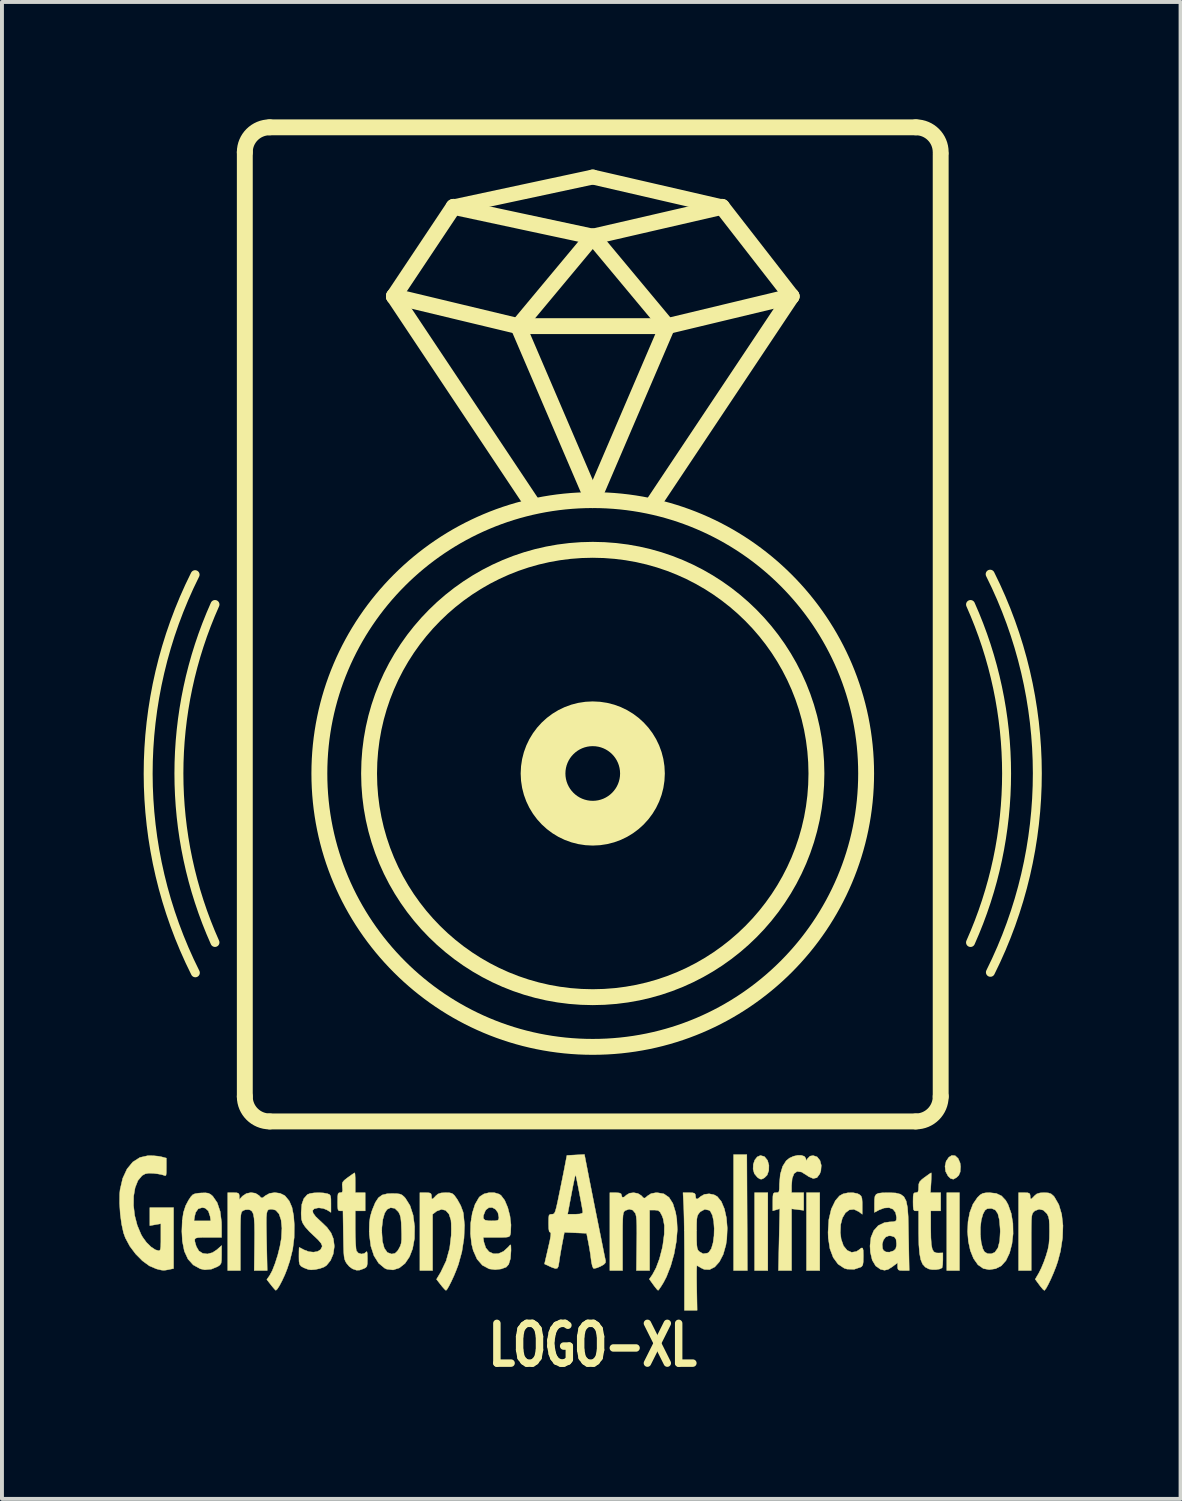
<source format=kicad_pcb>
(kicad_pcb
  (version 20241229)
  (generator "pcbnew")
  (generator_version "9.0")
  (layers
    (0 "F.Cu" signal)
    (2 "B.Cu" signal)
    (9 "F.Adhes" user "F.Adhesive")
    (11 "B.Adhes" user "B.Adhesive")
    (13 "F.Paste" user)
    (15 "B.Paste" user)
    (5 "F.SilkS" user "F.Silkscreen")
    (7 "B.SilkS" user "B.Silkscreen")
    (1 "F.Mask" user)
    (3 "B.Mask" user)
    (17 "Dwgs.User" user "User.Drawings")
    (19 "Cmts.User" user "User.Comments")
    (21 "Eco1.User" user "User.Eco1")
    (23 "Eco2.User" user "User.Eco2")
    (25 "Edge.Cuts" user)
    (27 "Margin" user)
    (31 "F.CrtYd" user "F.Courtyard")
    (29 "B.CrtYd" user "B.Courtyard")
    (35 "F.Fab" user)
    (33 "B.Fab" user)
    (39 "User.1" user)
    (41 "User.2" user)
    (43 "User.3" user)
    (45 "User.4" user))
  (footprint "LOGO-XL"
    (layer "F.Cu")
    (at 12.095 16.713)
    (property "Reference" "LOGO-XL" (at 0 14.605 0) (layer "F.SilkS") (effects (font (size 1.016 0.762) (thickness 0.191))))
    (attr through_hole)
    (fp_line (start -8.89 8.255) (end -8.89 -15.875) (stroke (width 0.406) (type solid)) (layer "F.SilkS"))
    (fp_line (start -8.255 -16.51) (end 8.255 -16.51) (stroke (width 0.406) (type solid)) (layer "F.SilkS"))
    (fp_line (start -5.08 -12.192) (end -1.905 -11.43) (stroke (width 0.406) (type solid)) (layer "F.SilkS"))
    (fp_line (start -5.08 -12.192) (end -1.524 -6.858) (stroke (width 0.406) (type solid)) (layer "F.SilkS"))
    (fp_line (start -3.556 -14.478) (end -5.08 -12.192) (stroke (width 0.406) (type solid)) (layer "F.SilkS"))
    (fp_line (start -3.556 -14.478) (end 0 -15.24) (stroke (width 0.381) (type solid)) (layer "F.SilkS"))
    (fp_line (start -3.556 -14.478) (end 0 -13.716) (stroke (width 0.406) (type solid)) (layer "F.SilkS"))
    (fp_line (start -1.905 -11.43) (end 0 -13.716) (stroke (width 0.406) (type solid)) (layer "F.SilkS"))
    (fp_line (start -1.905 -11.43) (end 1.905 -11.43) (stroke (width 0.406) (type solid)) (layer "F.SilkS"))
    (fp_line (start 0 -15.24) (end 3.302 -14.478) (stroke (width 0.381) (type solid)) (layer "F.SilkS"))
    (fp_line (start 0 -13.716) (end 1.905 -11.43) (stroke (width 0.406) (type solid)) (layer "F.SilkS"))
    (fp_line (start 0 -6.985) (end -1.905 -11.43) (stroke (width 0.406) (type solid)) (layer "F.SilkS"))
    (fp_line (start 1.905 -11.43) (end 0 -6.985) (stroke (width 0.406) (type solid)) (layer "F.SilkS"))
    (fp_line (start 1.905 -11.43) (end 5.08 -12.192) (stroke (width 0.406) (type solid)) (layer "F.SilkS"))
    (fp_line (start 3.302 -14.478) (end 0 -13.716) (stroke (width 0.406) (type solid)) (layer "F.SilkS"))
    (fp_line (start 3.302 -14.478) (end 5.08 -12.192) (stroke (width 0.406) (type solid)) (layer "F.SilkS"))
    (fp_line (start 5.08 -12.192) (end 1.524 -6.858) (stroke (width 0.406) (type solid)) (layer "F.SilkS"))
    (fp_line (start 8.255 8.89) (end -8.255 8.89) (stroke (width 0.406) (type solid)) (layer "F.SilkS"))
    (fp_line (start 8.89 -15.81) (end 8.89 8.255) (stroke (width 0.406) (type solid)) (layer "F.SilkS"))
    (fp_arc (start -10.153795 5.092391) (mid -11.359223 0.006929) (end -10.16 -5.08) (stroke (width 0.2286) (type solid)) (layer "F.SilkS"))
    (fp_arc (start -9.652337 4.317247) (mid -10.573847 -0.000412) (end -9.652 -4.318) (stroke (width 0.2286) (type solid)) (layer "F.SilkS"))
    (fp_arc (start -8.89 -15.875) (mid -8.704013 -16.324013) (end -8.255 -16.51) (stroke (width 0.4064) (type solid)) (layer "F.SilkS"))
    (fp_arc (start -8.255 8.89) (mid -8.704013 8.704013) (end -8.89 8.255) (stroke (width 0.4064) (type solid)) (layer "F.SilkS"))
    (fp_arc (start 8.255 -16.51) (mid 8.704013 -16.324013) (end 8.89 -15.875) (stroke (width 0.4064) (type solid)) (layer "F.SilkS"))
    (fp_arc (start 8.89 8.255) (mid 8.704013 8.704013) (end 8.255 8.89) (stroke (width 0.4064) (type solid)) (layer "F.SilkS"))
    (fp_arc (start 9.652337 -4.317247) (mid 10.573847 0.000412) (end 9.652 4.318) (stroke (width 0.2286) (type solid)) (layer "F.SilkS"))
    (fp_arc (start 10.153795 -5.092391) (mid 11.359223 -0.006929) (end 10.16 5.08) (stroke (width 0.2286) (type solid)) (layer "F.SilkS"))
    (fp_circle (center 0 0) (end 1.27 0) (stroke (width 1.143) (type solid)) (fill no) (layer "F.SilkS"))
    (fp_circle (center 0 0) (end 5.715 0) (stroke (width 0.406) (type solid)) (fill no) (layer "F.SilkS"))
    (fp_circle (center 0 0) (end 6.985 0) (stroke (width 0.406) (type solid)) (fill no) (layer "F.SilkS"))
    (fp_poly (pts (xy 4.473 12.7) (xy 4.135 12.7) (xy 4.135 10.71) (xy 4.473 10.71) (xy 4.473 12.7)) (stroke (width 0.01) (type solid)) (fill yes) (layer "F.SilkS"))
    (fp_poly (pts (xy 5.8 12.7) (xy 5.461 12.7) (xy 5.461 10.71) (xy 5.8 10.71) (xy 5.8 12.7)) (stroke (width 0.01) (type solid)) (fill yes) (layer "F.SilkS"))
    (fp_poly (pts (xy 9.37 12.7) (xy 9.045 12.7) (xy 9.045 10.71) (xy 9.37 10.71) (xy 9.37 12.7)) (stroke (width 0.01) (type solid)) (fill yes) (layer "F.SilkS"))
    (fp_poly (pts (xy 3.768 9.737) (xy 3.937 9.737) (xy 3.944 11.219) (xy 3.951 12.7) (xy 3.775 12.7) (xy 3.598 12.7) (xy 3.598 11.218) (xy 3.598 9.737) (xy 3.768 9.737)) (stroke (width 0.01) (type solid)) (fill yes) (layer "F.SilkS"))
    (fp_poly (pts (xy 9.259 9.765) (xy 9.336 9.836) (xy 9.386 9.951) (xy 9.398 10.047) (xy 9.388 10.181) (xy 9.351 10.268) (xy 9.294 10.323) (xy 9.213 10.367) (xy 9.142 10.347) (xy 9.077 10.284) (xy 9.015 10.166) (xy 9 10.034) (xy 9.029 9.907) (xy 9.099 9.805) (xy 9.173 9.759) (xy 9.259 9.765)) (stroke (width 0.01) (type solid)) (fill yes) (layer "F.SilkS"))
    (fp_poly (pts (xy 4.38 9.786) (xy 4.392 9.794) (xy 4.466 9.885) (xy 4.501 10.01) (xy 4.498 10.143) (xy 4.457 10.259) (xy 4.387 10.33) (xy 4.321 10.364) (xy 4.275 10.363) (xy 4.217 10.326) (xy 4.206 10.317) (xy 4.129 10.224) (xy 4.097 10.109) (xy 4.102 9.987) (xy 4.139 9.877) (xy 4.202 9.796) (xy 4.284 9.76) (xy 4.38 9.786)) (stroke (width 0.01) (type solid)) (fill yes) (layer "F.SilkS"))
    (fp_poly (pts (xy 6.764 10.734) (xy 6.814 10.759) (xy 6.857 10.798) (xy 6.878 10.856) (xy 6.886 10.959) (xy 6.886 11.036) (xy 6.886 11.263) (xy 6.803 11.198) (xy 6.674 11.136) (xy 6.556 11.149) (xy 6.456 11.225) (xy 6.379 11.355) (xy 6.334 11.528) (xy 6.326 11.735) (xy 6.347 11.898) (xy 6.407 12.07) (xy 6.501 12.184) (xy 6.615 12.235) (xy 6.738 12.213) (xy 6.802 12.171) (xy 6.862 12.124) (xy 6.896 12.125) (xy 6.911 12.184) (xy 6.914 12.315) (xy 6.914 12.341) (xy 6.911 12.479) (xy 6.899 12.557) (xy 6.871 12.598) (xy 6.851 12.611) (xy 6.679 12.669) (xy 6.498 12.663) (xy 6.426 12.641) (xy 6.267 12.535) (xy 6.144 12.367) (xy 6.06 12.143) (xy 6.017 11.867) (xy 6.012 11.722) (xy 6.032 11.398) (xy 6.095 11.128) (xy 6.199 10.914) (xy 6.304 10.792) (xy 6.395 10.741) (xy 6.517 10.714) (xy 6.648 10.711) (xy 6.764 10.734)) (stroke (width 0.01) (type solid)) (fill yes) (layer "F.SilkS"))
    (fp_poly (pts (xy -4.181 10.714) (xy -4.137 10.732) (xy -4.122 10.77) (xy -4.12 10.795) (xy -4.115 10.862) (xy -4.09 10.871) (xy -4.038 10.821) (xy -4.015 10.795) (xy -3.955 10.744) (xy -3.874 10.717) (xy -3.76 10.71) (xy -3.659 10.713) (xy -3.592 10.731) (xy -3.538 10.776) (xy -3.476 10.862) (xy -3.457 10.89) (xy -3.373 11.042) (xy -3.316 11.195) (xy -3.305 11.24) (xy -3.276 11.541) (xy -3.29 11.874) (xy -3.344 12.221) (xy -3.432 12.542) (xy -3.483 12.679) (xy -3.545 12.83) (xy -3.612 12.975) (xy -3.674 13.098) (xy -3.724 13.182) (xy -3.75 13.208) (xy -3.782 13.182) (xy -3.841 13.117) (xy -3.882 13.065) (xy -3.992 12.923) (xy -3.884 12.742) (xy -3.746 12.454) (xy -3.656 12.129) (xy -3.617 11.801) (xy -3.614 11.637) (xy -3.617 11.493) (xy -3.624 11.408) (xy -3.674 11.256) (xy -3.758 11.163) (xy -3.864 11.137) (xy -3.985 11.181) (xy -4.009 11.198) (xy -4.092 11.263) (xy -4.092 12.7) (xy -4.417 12.7) (xy -4.417 10.71) (xy -4.269 10.71) (xy -4.181 10.714)) (stroke (width 0.01) (type solid)) (fill yes) (layer "F.SilkS"))
    (fp_poly (pts (xy 5.332 9.757) (xy 5.406 9.782) (xy 5.444 9.834) (xy 5.447 9.855) (xy 5.453 9.894) (xy 5.475 9.863) (xy 5.486 9.842) (xy 5.551 9.777) (xy 5.631 9.762) (xy 5.733 9.796) (xy 5.805 9.886) (xy 5.839 10.011) (xy 5.828 10.153) (xy 5.8 10.23) (xy 5.728 10.327) (xy 5.633 10.349) (xy 5.514 10.298) (xy 5.473 10.268) (xy 5.333 10.182) (xy 5.222 10.167) (xy 5.143 10.222) (xy 5.095 10.347) (xy 5.08 10.529) (xy 5.08 10.71) (xy 5.39 10.71) (xy 5.39 11.162) (xy 5.235 11.142) (xy 5.08 11.123) (xy 5.08 12.7) (xy 4.744 12.7) (xy 4.761 11.91) (xy 4.779 11.12) (xy 4.689 11.147) (xy 4.6 11.174) (xy 4.6 10.942) (xy 4.602 10.809) (xy 4.611 10.74) (xy 4.636 10.714) (xy 4.684 10.71) (xy 4.685 10.71) (xy 4.734 10.706) (xy 4.759 10.679) (xy 4.768 10.608) (xy 4.77 10.488) (xy 4.791 10.243) (xy 4.852 10.037) (xy 4.941 9.896) (xy 5.026 9.827) (xy 5.129 9.78) (xy 5.235 9.756) (xy 5.332 9.757)) (stroke (width 0.01) (type solid)) (fill yes) (layer "F.SilkS"))
    (fp_poly (pts (xy 8.651 10.241) (xy 8.649 10.34) (xy 8.644 10.456) (xy 8.628 10.71) (xy 8.89 10.71) (xy 8.89 11.176) (xy 8.636 11.176) (xy 8.636 11.61) (xy 8.64 11.86) (xy 8.652 12.037) (xy 8.675 12.153) (xy 8.714 12.22) (xy 8.772 12.248) (xy 8.828 12.252) (xy 8.946 12.248) (xy 8.946 12.429) (xy 8.941 12.546) (xy 8.929 12.621) (xy 8.923 12.632) (xy 8.862 12.661) (xy 8.77 12.676) (xy 8.67 12.676) (xy 8.586 12.66) (xy 8.585 12.66) (xy 8.496 12.612) (xy 8.428 12.537) (xy 8.381 12.425) (xy 8.35 12.263) (xy 8.332 12.042) (xy 8.326 11.751) (xy 8.326 11.673) (xy 8.326 11.176) (xy 8.255 11.176) (xy 8.215 11.17) (xy 8.194 11.138) (xy 8.186 11.059) (xy 8.184 10.943) (xy 8.186 10.81) (xy 8.196 10.74) (xy 8.22 10.714) (xy 8.255 10.71) (xy 8.304 10.698) (xy 8.323 10.645) (xy 8.326 10.571) (xy 8.33 10.49) (xy 8.353 10.431) (xy 8.405 10.376) (xy 8.481 10.317) (xy 8.565 10.257) (xy 8.625 10.215) (xy 8.648 10.202) (xy 8.651 10.241)) (stroke (width 0.01) (type solid)) (fill yes) (layer "F.SilkS"))
    (fp_poly (pts (xy 10.312 10.73) (xy 10.445 10.793) (xy 10.552 10.908) (xy 10.613 11.017) (xy 10.693 11.243) (xy 10.735 11.496) (xy 10.74 11.76) (xy 10.711 12.018) (xy 10.65 12.252) (xy 10.558 12.445) (xy 10.439 12.579) (xy 10.293 12.653) (xy 10.13 12.677) (xy 9.98 12.649) (xy 9.841 12.552) (xy 9.73 12.394) (xy 9.648 12.191) (xy 9.597 11.957) (xy 9.576 11.706) (xy 9.582 11.597) (xy 9.905 11.597) (xy 9.905 11.8) (xy 9.926 11.991) (xy 9.967 12.145) (xy 10.011 12.224) (xy 10.088 12.268) (xy 10.184 12.272) (xy 10.273 12.234) (xy 10.274 12.233) (xy 10.352 12.123) (xy 10.398 11.945) (xy 10.411 11.702) (xy 10.409 11.637) (xy 10.39 11.406) (xy 10.351 11.249) (xy 10.288 11.154) (xy 10.196 11.115) (xy 10.158 11.113) (xy 10.075 11.121) (xy 10.022 11.161) (xy 9.973 11.252) (xy 9.971 11.256) (xy 9.927 11.408) (xy 9.905 11.597) (xy 9.582 11.597) (xy 9.588 11.453) (xy 9.634 11.213) (xy 9.715 11.001) (xy 9.829 10.834) (xy 9.899 10.766) (xy 9.965 10.728) (xy 10.049 10.713) (xy 10.139 10.71) (xy 10.312 10.73)) (stroke (width 0.01) (type solid)) (fill yes) (layer "F.SilkS"))
    (fp_poly (pts (xy -9.822 10.724) (xy -9.762 10.755) (xy -9.708 10.802) (xy -9.595 10.966) (xy -9.52 11.188) (xy -9.485 11.463) (xy -9.483 11.566) (xy -9.483 11.853) (xy -9.835 11.853) (xy -9.985 11.854) (xy -10.086 11.858) (xy -10.145 11.873) (xy -10.169 11.905) (xy -10.166 11.959) (xy -10.143 12.041) (xy -10.126 12.092) (xy -10.063 12.199) (xy -9.965 12.261) (xy -9.845 12.276) (xy -9.716 12.242) (xy -9.605 12.169) (xy -9.483 12.061) (xy -9.483 12.298) (xy -9.485 12.434) (xy -9.496 12.512) (xy -9.526 12.558) (xy -9.582 12.597) (xy -9.742 12.664) (xy -9.913 12.68) (xy -10.027 12.656) (xy -10.207 12.557) (xy -10.342 12.407) (xy -10.435 12.205) (xy -10.486 11.947) (xy -10.499 11.696) (xy -10.489 11.43) (xy -10.189 11.43) (xy -9.759 11.43) (xy -9.777 11.314) (xy -9.822 11.177) (xy -9.903 11.105) (xy -9.977 11.091) (xy -10.08 11.122) (xy -10.146 11.215) (xy -10.171 11.314) (xy -10.189 11.43) (xy -10.489 11.43) (xy -10.489 11.427) (xy -10.458 11.216) (xy -10.401 11.041) (xy -10.33 10.907) (xy -10.271 10.817) (xy -10.222 10.764) (xy -10.163 10.737) (xy -10.077 10.723) (xy -10.014 10.718) (xy -9.9 10.714) (xy -9.822 10.724)) (stroke (width 0.01) (type solid)) (fill yes) (layer "F.SilkS"))
    (fp_poly (pts (xy -6.074 10.241) (xy -6.069 10.341) (xy -6.068 10.456) (xy -6.068 10.71) (xy -5.814 10.71) (xy -5.814 11.176) (xy -6.068 11.176) (xy -6.068 11.644) (xy -6.065 11.843) (xy -6.058 12.016) (xy -6.048 12.142) (xy -6.039 12.195) (xy -5.99 12.253) (xy -5.914 12.277) (xy -5.837 12.264) (xy -5.791 12.226) (xy -5.771 12.214) (xy -5.761 12.262) (xy -5.757 12.382) (xy -5.757 12.393) (xy -5.759 12.522) (xy -5.772 12.592) (xy -5.806 12.629) (xy -5.863 12.655) (xy -5.959 12.689) (xy -6.036 12.691) (xy -6.125 12.661) (xy -6.14 12.655) (xy -6.221 12.596) (xy -6.295 12.508) (xy -6.295 12.507) (xy -6.322 12.459) (xy -6.341 12.407) (xy -6.354 12.335) (xy -6.363 12.227) (xy -6.368 12.068) (xy -6.372 11.843) (xy -6.373 11.787) (xy -6.382 11.176) (xy -6.451 11.176) (xy -6.49 11.17) (xy -6.511 11.136) (xy -6.518 11.056) (xy -6.519 10.943) (xy -6.517 10.81) (xy -6.508 10.74) (xy -6.484 10.714) (xy -6.451 10.71) (xy -6.405 10.701) (xy -6.391 10.656) (xy -6.397 10.573) (xy -6.402 10.495) (xy -6.389 10.441) (xy -6.347 10.392) (xy -6.267 10.329) (xy -6.253 10.319) (xy -6.168 10.258) (xy -6.106 10.216) (xy -6.081 10.202) (xy -6.074 10.241)) (stroke (width 0.01) (type solid)) (fill yes) (layer "F.SilkS"))
    (fp_poly (pts (xy -5.013 10.734) (xy -4.931 10.745) (xy -4.872 10.77) (xy -4.819 10.816) (xy -4.788 10.85) (xy -4.67 11.038) (xy -4.59 11.283) (xy -4.551 11.575) (xy -4.551 11.577) (xy -4.555 11.881) (xy -4.603 12.144) (xy -4.682 12.348) (xy -4.797 12.518) (xy -4.942 12.633) (xy -5.102 12.684) (xy -5.264 12.664) (xy -5.316 12.64) (xy -5.471 12.512) (xy -5.59 12.322) (xy -5.67 12.077) (xy -5.708 11.784) (xy -5.71 11.707) (xy -5.39 11.707) (xy -5.374 11.951) (xy -5.326 12.128) (xy -5.248 12.238) (xy -5.139 12.277) (xy -5.135 12.277) (xy -5.051 12.26) (xy -4.987 12.197) (xy -4.953 12.142) (xy -4.915 12.069) (xy -4.894 11.999) (xy -4.884 11.907) (xy -4.884 11.77) (xy -4.887 11.658) (xy -4.894 11.476) (xy -4.906 11.356) (xy -4.928 11.274) (xy -4.962 11.206) (xy -4.965 11.201) (xy -5.057 11.111) (xy -5.165 11.094) (xy -5.254 11.137) (xy -5.317 11.232) (xy -5.363 11.392) (xy -5.388 11.6) (xy -5.39 11.707) (xy -5.71 11.707) (xy -5.711 11.66) (xy -5.706 11.472) (xy -5.687 11.329) (xy -5.648 11.192) (xy -5.632 11.146) (xy -5.556 10.962) (xy -5.476 10.84) (xy -5.379 10.769) (xy -5.252 10.737) (xy -5.134 10.732) (xy -5.013 10.734)) (stroke (width 0.01) (type solid)) (fill yes) (layer "F.SilkS"))
    (fp_poly (pts (xy 11.115 10.714) (xy 11.16 10.732) (xy 11.175 10.77) (xy 11.176 10.795) (xy 11.182 10.862) (xy 11.206 10.871) (xy 11.258 10.821) (xy 11.281 10.795) (xy 11.344 10.742) (xy 11.429 10.716) (xy 11.53 10.71) (xy 11.638 10.716) (xy 11.71 10.74) (xy 11.769 10.79) (xy 11.796 10.821) (xy 11.909 11.018) (xy 11.982 11.265) (xy 12.014 11.551) (xy 12.003 11.867) (xy 11.951 12.204) (xy 11.882 12.467) (xy 11.834 12.607) (xy 11.772 12.763) (xy 11.704 12.919) (xy 11.638 13.055) (xy 11.582 13.157) (xy 11.543 13.206) (xy 11.538 13.208) (xy 11.505 13.182) (xy 11.447 13.114) (xy 11.41 13.065) (xy 11.305 12.922) (xy 11.4 12.76) (xy 11.462 12.635) (xy 11.53 12.47) (xy 11.582 12.321) (xy 11.629 12.161) (xy 11.655 12.025) (xy 11.667 11.876) (xy 11.67 11.698) (xy 11.668 11.521) (xy 11.66 11.404) (xy 11.643 11.325) (xy 11.613 11.261) (xy 11.601 11.243) (xy 11.512 11.157) (xy 11.404 11.133) (xy 11.297 11.173) (xy 11.267 11.2) (xy 11.244 11.227) (xy 11.228 11.263) (xy 11.216 11.32) (xy 11.209 11.411) (xy 11.206 11.55) (xy 11.204 11.749) (xy 11.204 11.983) (xy 11.204 12.7) (xy 10.88 12.7) (xy 10.88 10.71) (xy 11.028 10.71) (xy 11.115 10.714)) (stroke (width 0.01) (type solid)) (fill yes) (layer "F.SilkS"))
    (fp_poly (pts (xy -11.231 9.766) (xy -11.106 9.778) (xy -11.028 9.792) (xy -10.894 9.827) (xy -10.894 10.062) (xy -10.895 10.195) (xy -10.903 10.261) (xy -10.924 10.278) (xy -10.957 10.266) (xy -11.017 10.248) (xy -11.113 10.23) (xy -11.218 10.217) (xy -11.344 10.212) (xy -11.435 10.229) (xy -11.51 10.271) (xy -11.515 10.274) (xy -11.621 10.401) (xy -11.692 10.58) (xy -11.73 10.798) (xy -11.733 11.041) (xy -11.703 11.295) (xy -11.638 11.545) (xy -11.54 11.778) (xy -11.502 11.845) (xy -11.404 11.98) (xy -11.29 12.093) (xy -11.178 12.168) (xy -11.097 12.192) (xy -11.066 12.187) (xy -11.048 12.159) (xy -11.039 12.092) (xy -11.035 11.969) (xy -11.035 11.847) (xy -11.035 11.503) (xy -11.176 11.528) (xy -11.317 11.553) (xy -11.317 11.091) (xy -10.71 11.091) (xy -10.71 12.649) (xy -10.834 12.675) (xy -10.91 12.689) (xy -10.965 12.694) (xy -11.021 12.688) (xy -11.101 12.67) (xy -11.15 12.657) (xy -11.327 12.582) (xy -11.507 12.451) (xy -11.678 12.278) (xy -11.827 12.08) (xy -11.941 11.868) (xy -11.989 11.737) (xy -12.038 11.513) (xy -12.073 11.251) (xy -12.09 10.984) (xy -12.088 10.743) (xy -12.077 10.632) (xy -12.01 10.343) (xy -11.9 10.106) (xy -11.752 9.926) (xy -11.571 9.811) (xy -11.363 9.764) (xy -11.355 9.764) (xy -11.231 9.766)) (stroke (width 0.01) (type solid)) (fill yes) (layer "F.SilkS"))
    (fp_poly (pts (xy -2.512 10.711) (xy -2.392 10.747) (xy -2.344 10.78) (xy -2.249 10.906) (xy -2.171 11.091) (xy -2.115 11.308) (xy -2.089 11.532) (xy -2.098 11.738) (xy -2.1 11.747) (xy -2.109 11.792) (xy -2.125 11.822) (xy -2.158 11.84) (xy -2.217 11.849) (xy -2.313 11.853) (xy -2.456 11.853) (xy -2.8 11.853) (xy -2.782 11.97) (xy -2.733 12.12) (xy -2.648 12.221) (xy -2.537 12.271) (xy -2.411 12.268) (xy -2.281 12.211) (xy -2.157 12.098) (xy -2.138 12.075) (xy -2.107 12.041) (xy -2.092 12.058) (xy -2.089 12.142) (xy -2.088 12.183) (xy -2.103 12.395) (xy -2.148 12.542) (xy -2.21 12.612) (xy -2.341 12.66) (xy -2.493 12.677) (xy -2.638 12.659) (xy -2.649 12.656) (xy -2.82 12.565) (xy -2.956 12.408) (xy -3.054 12.188) (xy -3.095 12.026) (xy -3.125 11.759) (xy -3.119 11.488) (xy -3.1 11.369) (xy -2.795 11.369) (xy -2.753 11.411) (xy -2.661 11.428) (xy -2.596 11.43) (xy -2.493 11.428) (xy -2.434 11.418) (xy -2.406 11.395) (xy -2.399 11.353) (xy -2.399 11.338) (xy -2.423 11.22) (xy -2.484 11.135) (xy -2.567 11.09) (xy -2.654 11.092) (xy -2.728 11.148) (xy -2.75 11.185) (xy -2.793 11.296) (xy -2.795 11.369) (xy -3.1 11.369) (xy -3.078 11.231) (xy -3.007 11.008) (xy -2.909 10.838) (xy -2.88 10.806) (xy -2.779 10.742) (xy -2.649 10.71) (xy -2.512 10.711)) (stroke (width 0.01) (type solid)) (fill yes) (layer "F.SilkS"))
    (fp_poly (pts (xy -6.882 10.717) (xy -6.78 10.736) (xy -6.777 10.737) (xy -6.726 10.757) (xy -6.7 10.794) (xy -6.69 10.871) (xy -6.689 10.989) (xy -6.689 11.214) (xy -6.79 11.151) (xy -6.885 11.113) (xy -6.995 11.098) (xy -7.023 11.1) (xy -7.117 11.122) (xy -7.157 11.166) (xy -7.145 11.232) (xy -7.079 11.322) (xy -6.959 11.436) (xy -6.943 11.45) (xy -6.79 11.597) (xy -6.687 11.738) (xy -6.627 11.888) (xy -6.605 12.056) (xy -6.604 12.091) (xy -6.63 12.275) (xy -6.7 12.442) (xy -6.802 12.568) (xy -6.866 12.61) (xy -6.971 12.648) (xy -7.088 12.673) (xy -7.196 12.682) (xy -7.267 12.673) (xy -7.382 12.629) (xy -7.453 12.589) (xy -7.49 12.54) (xy -7.505 12.464) (xy -7.507 12.349) (xy -7.507 12.337) (xy -7.506 12.21) (xy -7.503 12.127) (xy -7.5 12.108) (xy -7.472 12.121) (xy -7.409 12.154) (xy -7.38 12.17) (xy -7.257 12.217) (xy -7.137 12.23) (xy -7.033 12.213) (xy -6.955 12.166) (xy -6.917 12.094) (xy -6.914 12.069) (xy -6.94 12.006) (xy -7.015 11.916) (xy -7.136 11.802) (xy -7.147 11.792) (xy -7.243 11.7) (xy -7.333 11.6) (xy -7.366 11.557) (xy -7.417 11.474) (xy -7.442 11.388) (xy -7.45 11.264) (xy -7.45 11.212) (xy -7.434 11.009) (xy -7.384 10.864) (xy -7.294 10.761) (xy -7.29 10.758) (xy -7.226 10.732) (xy -7.123 10.716) (xy -7.003 10.711) (xy -6.882 10.717)) (stroke (width 0.01) (type solid)) (fill yes) (layer "F.SilkS"))
    (fp_poly (pts (xy 7.738 10.718) (xy 7.862 10.749) (xy 7.95 10.814) (xy 8.008 10.923) (xy 8.042 11.088) (xy 8.059 11.319) (xy 8.064 11.515) (xy 8.068 11.756) (xy 8.073 12.009) (xy 8.077 12.239) (xy 8.079 12.351) (xy 8.086 12.7) (xy 7.938 12.7) (xy 7.851 12.697) (xy 7.807 12.681) (xy 7.791 12.642) (xy 7.789 12.6) (xy 7.789 12.5) (xy 7.658 12.6) (xy 7.547 12.671) (xy 7.455 12.692) (xy 7.355 12.67) (xy 7.353 12.669) (xy 7.229 12.582) (xy 7.141 12.434) (xy 7.093 12.23) (xy 7.084 12.07) (xy 7.089 12.028) (xy 7.396 12.028) (xy 7.405 12.135) (xy 7.428 12.184) (xy 7.49 12.225) (xy 7.582 12.23) (xy 7.682 12.197) (xy 7.689 12.193) (xy 7.74 12.145) (xy 7.76 12.061) (xy 7.761 12.007) (xy 7.749 11.902) (xy 7.706 11.841) (xy 7.623 11.815) (xy 7.566 11.812) (xy 7.485 11.843) (xy 7.425 11.923) (xy 7.396 12.028) (xy 7.089 12.028) (xy 7.108 11.853) (xy 7.18 11.679) (xy 7.294 11.552) (xy 7.448 11.477) (xy 7.583 11.457) (xy 7.68 11.452) (xy 7.733 11.439) (xy 7.756 11.41) (xy 7.761 11.356) (xy 7.761 11.341) (xy 7.737 11.216) (xy 7.671 11.132) (xy 7.57 11.093) (xy 7.442 11.103) (xy 7.313 11.153) (xy 7.197 11.215) (xy 7.197 10.989) (xy 7.199 10.876) (xy 7.211 10.8) (xy 7.243 10.751) (xy 7.303 10.725) (xy 7.399 10.714) (xy 7.542 10.711) (xy 7.569 10.711) (xy 7.738 10.718)) (stroke (width 0.01) (type solid)) (fill yes) (layer "F.SilkS"))
    (fp_poly (pts (xy 2.556 10.714) (xy 2.604 10.729) (xy 2.623 10.763) (xy 2.625 10.795) (xy 2.637 10.864) (xy 2.677 10.871) (xy 2.75 10.814) (xy 2.756 10.808) (xy 2.851 10.754) (xy 2.973 10.739) (xy 3.097 10.763) (xy 3.181 10.809) (xy 3.285 10.936) (xy 3.364 11.124) (xy 3.416 11.356) (xy 3.437 11.617) (xy 3.425 11.889) (xy 3.402 12.046) (xy 3.334 12.286) (xy 3.236 12.476) (xy 3.118 12.608) (xy 2.986 12.676) (xy 2.848 12.671) (xy 2.78 12.639) (xy 2.71 12.598) (xy 2.666 12.575) (xy 2.661 12.573) (xy 2.657 12.613) (xy 2.654 12.722) (xy 2.654 12.884) (xy 2.656 13.086) (xy 2.657 13.145) (xy 2.667 13.716) (xy 2.505 13.716) (xy 2.342 13.716) (xy 2.342 12.562) (xy 2.342 12.236) (xy 2.34 11.919) (xy 2.338 11.727) (xy 2.653 11.727) (xy 2.654 11.921) (xy 2.659 12.048) (xy 2.669 12.127) (xy 2.688 12.176) (xy 2.716 12.211) (xy 2.819 12.271) (xy 2.93 12.255) (xy 2.968 12.231) (xy 3.03 12.14) (xy 3.073 11.994) (xy 3.098 11.816) (xy 3.103 11.625) (xy 3.09 11.442) (xy 3.057 11.288) (xy 3.004 11.184) (xy 2.976 11.16) (xy 2.862 11.136) (xy 2.752 11.195) (xy 2.727 11.221) (xy 2.693 11.266) (xy 2.671 11.316) (xy 2.659 11.389) (xy 2.654 11.505) (xy 2.653 11.684) (xy 2.653 11.727) (xy 2.338 11.727) (xy 2.337 11.625) (xy 2.333 11.372) (xy 2.328 11.173) (xy 2.324 11.06) (xy 2.306 10.71) (xy 2.465 10.71) (xy 2.556 10.714)) (stroke (width 0.01) (type solid)) (fill yes) (layer "F.SilkS"))
    (fp_poly (pts (xy 0.677 10.717) (xy 0.723 10.738) (xy 0.734 10.774) (xy 0.752 10.828) (xy 0.801 10.823) (xy 0.859 10.772) (xy 0.939 10.724) (xy 1.046 10.711) (xy 1.154 10.731) (xy 1.241 10.785) (xy 1.247 10.792) (xy 1.296 10.844) (xy 1.333 10.849) (xy 1.385 10.806) (xy 1.399 10.793) (xy 1.488 10.735) (xy 1.609 10.712) (xy 1.651 10.711) (xy 1.817 10.74) (xy 1.948 10.83) (xy 2.047 10.986) (xy 2.117 11.212) (xy 2.147 11.385) (xy 2.161 11.653) (xy 2.136 11.956) (xy 2.079 12.272) (xy 1.992 12.582) (xy 1.882 12.863) (xy 1.805 13.01) (xy 1.741 13.113) (xy 1.692 13.184) (xy 1.67 13.207) (xy 1.64 13.18) (xy 1.585 13.112) (xy 1.548 13.062) (xy 1.445 12.919) (xy 1.524 12.806) (xy 1.618 12.631) (xy 1.705 12.398) (xy 1.773 12.135) (xy 1.791 12.042) (xy 1.827 11.769) (xy 1.83 11.551) (xy 1.798 11.375) (xy 1.77 11.299) (xy 1.721 11.207) (xy 1.67 11.165) (xy 1.59 11.155) (xy 1.579 11.155) (xy 1.453 11.155) (xy 1.453 12.7) (xy 1.284 12.7) (xy 1.115 12.7) (xy 1.123 12.018) (xy 1.126 11.752) (xy 1.125 11.556) (xy 1.12 11.418) (xy 1.111 11.324) (xy 1.097 11.26) (xy 1.087 11.235) (xy 1.022 11.156) (xy 0.931 11.132) (xy 0.832 11.166) (xy 0.817 11.177) (xy 0.797 11.199) (xy 0.783 11.234) (xy 0.773 11.296) (xy 0.767 11.397) (xy 0.763 11.55) (xy 0.762 11.766) (xy 0.762 11.961) (xy 0.762 12.7) (xy 0.437 12.7) (xy 0.437 10.71) (xy 0.586 10.71) (xy 0.677 10.717)) (stroke (width 0.01) (type solid)) (fill yes) (layer "F.SilkS"))
    (fp_poly (pts (xy -7.988 10.727) (xy -7.872 10.784) (xy -7.858 10.797) (xy -7.754 10.923) (xy -7.684 11.087) (xy -7.642 11.302) (xy -7.625 11.536) (xy -7.629 11.856) (xy -7.666 12.154) (xy -7.741 12.457) (xy -7.808 12.658) (xy -7.868 12.81) (xy -7.937 12.958) (xy -8.003 13.084) (xy -8.06 13.173) (xy -8.097 13.206) (xy -8.098 13.206) (xy -8.127 13.18) (xy -8.183 13.115) (xy -8.221 13.067) (xy -8.328 12.93) (xy -8.255 12.826) (xy -8.188 12.702) (xy -8.117 12.52) (xy -8.049 12.307) (xy -7.994 12.087) (xy -7.958 11.887) (xy -7.956 11.87) (xy -7.942 11.616) (xy -7.963 11.407) (xy -8.016 11.252) (xy -8.099 11.159) (xy -8.188 11.134) (xy -8.244 11.135) (xy -8.285 11.145) (xy -8.313 11.175) (xy -8.33 11.238) (xy -8.339 11.343) (xy -8.34 11.502) (xy -8.337 11.726) (xy -8.333 11.941) (xy -8.317 12.7) (xy -8.65 12.7) (xy -8.642 12.033) (xy -8.64 11.738) (xy -8.643 11.517) (xy -8.654 11.359) (xy -8.674 11.253) (xy -8.705 11.188) (xy -8.75 11.154) (xy -8.798 11.142) (xy -8.881 11.147) (xy -8.945 11.175) (xy -8.966 11.196) (xy -8.981 11.229) (xy -8.991 11.287) (xy -8.998 11.381) (xy -9.001 11.524) (xy -9.003 11.729) (xy -9.003 11.961) (xy -9.003 12.7) (xy -9.327 12.7) (xy -9.327 10.71) (xy -9.179 10.71) (xy -9.092 10.714) (xy -9.048 10.731) (xy -9.032 10.77) (xy -9.031 10.798) (xy -9.031 10.885) (xy -8.949 10.798) (xy -8.852 10.733) (xy -8.734 10.708) (xy -8.618 10.725) (xy -8.526 10.783) (xy -8.521 10.789) (xy -8.474 10.839) (xy -8.437 10.843) (xy -8.383 10.802) (xy -8.369 10.79) (xy -8.26 10.729) (xy -8.126 10.708) (xy -7.988 10.727)) (stroke (width 0.01) (type solid)) (fill yes) (layer "F.SilkS"))
    (fp_poly (pts (xy -0.123 10.19) (xy -0.094 10.34) (xy -0.054 10.543) (xy -0.006 10.785) (xy 0.047 11.054) (xy 0.103 11.333) (xy 0.159 11.611) (xy 0.211 11.871) (xy 0.257 12.101) (xy 0.294 12.286) (xy 0.32 12.412) (xy 0.329 12.452) (xy 0.324 12.501) (xy 0.282 12.546) (xy 0.199 12.593) (xy 0.111 12.63) (xy 0.042 12.647) (xy 0.017 12.644) (xy -0.01 12.592) (xy -0.033 12.487) (xy -0.04 12.439) (xy -0.058 12.293) (xy -0.087 12.116) (xy -0.108 12.002) (xy -0.158 11.748) (xy -0.725 11.724) (xy -0.784 12.032) (xy -0.816 12.208) (xy -0.844 12.375) (xy -0.862 12.498) (xy -0.862 12.499) (xy -0.878 12.593) (xy -0.905 12.641) (xy -0.954 12.649) (xy -1.039 12.621) (xy -1.103 12.592) (xy -1.233 12.532) (xy -1.14 12.129) (xy -1.097 11.941) (xy -1.075 11.819) (xy -1.07 11.751) (xy -1.083 11.727) (xy -1.087 11.726) (xy -1.113 11.704) (xy -1.126 11.627) (xy -1.129 11.493) (xy -1.127 11.36) (xy -1.118 11.291) (xy -1.093 11.265) (xy -1.046 11.261) (xy -0.642 11.261) (xy -0.448 11.261) (xy -0.333 11.254) (xy -0.268 11.234) (xy -0.254 11.213) (xy -0.261 11.158) (xy -0.281 11.044) (xy -0.309 10.892) (xy -0.342 10.72) (xy -0.375 10.55) (xy -0.405 10.402) (xy -0.427 10.296) (xy -0.439 10.252) (xy -0.449 10.279) (xy -0.472 10.378) (xy -0.508 10.553) (xy -0.556 10.805) (xy -0.592 10.996) (xy -0.642 11.261) (xy -1.046 11.261) (xy -1.009 11.257) (xy -0.981 11.236) (xy -0.957 11.184) (xy -0.93 11.087) (xy -0.895 10.93) (xy -0.874 10.827) (xy -0.828 10.603) (xy -0.78 10.367) (xy -0.738 10.157) (xy -0.722 10.075) (xy -0.661 9.758) (xy -0.436 9.746) (xy -0.212 9.734) (xy -0.123 10.19)) (stroke (width 0.01) (type solid)) (fill yes) (layer "F.SilkS")))
  (gr_rect
    (start -3 -3)
    (end 27.114 35.247)
    (stroke (width 0.1) (type default))
    (fill no)
    (layer "Edge.Cuts")))
</source>
